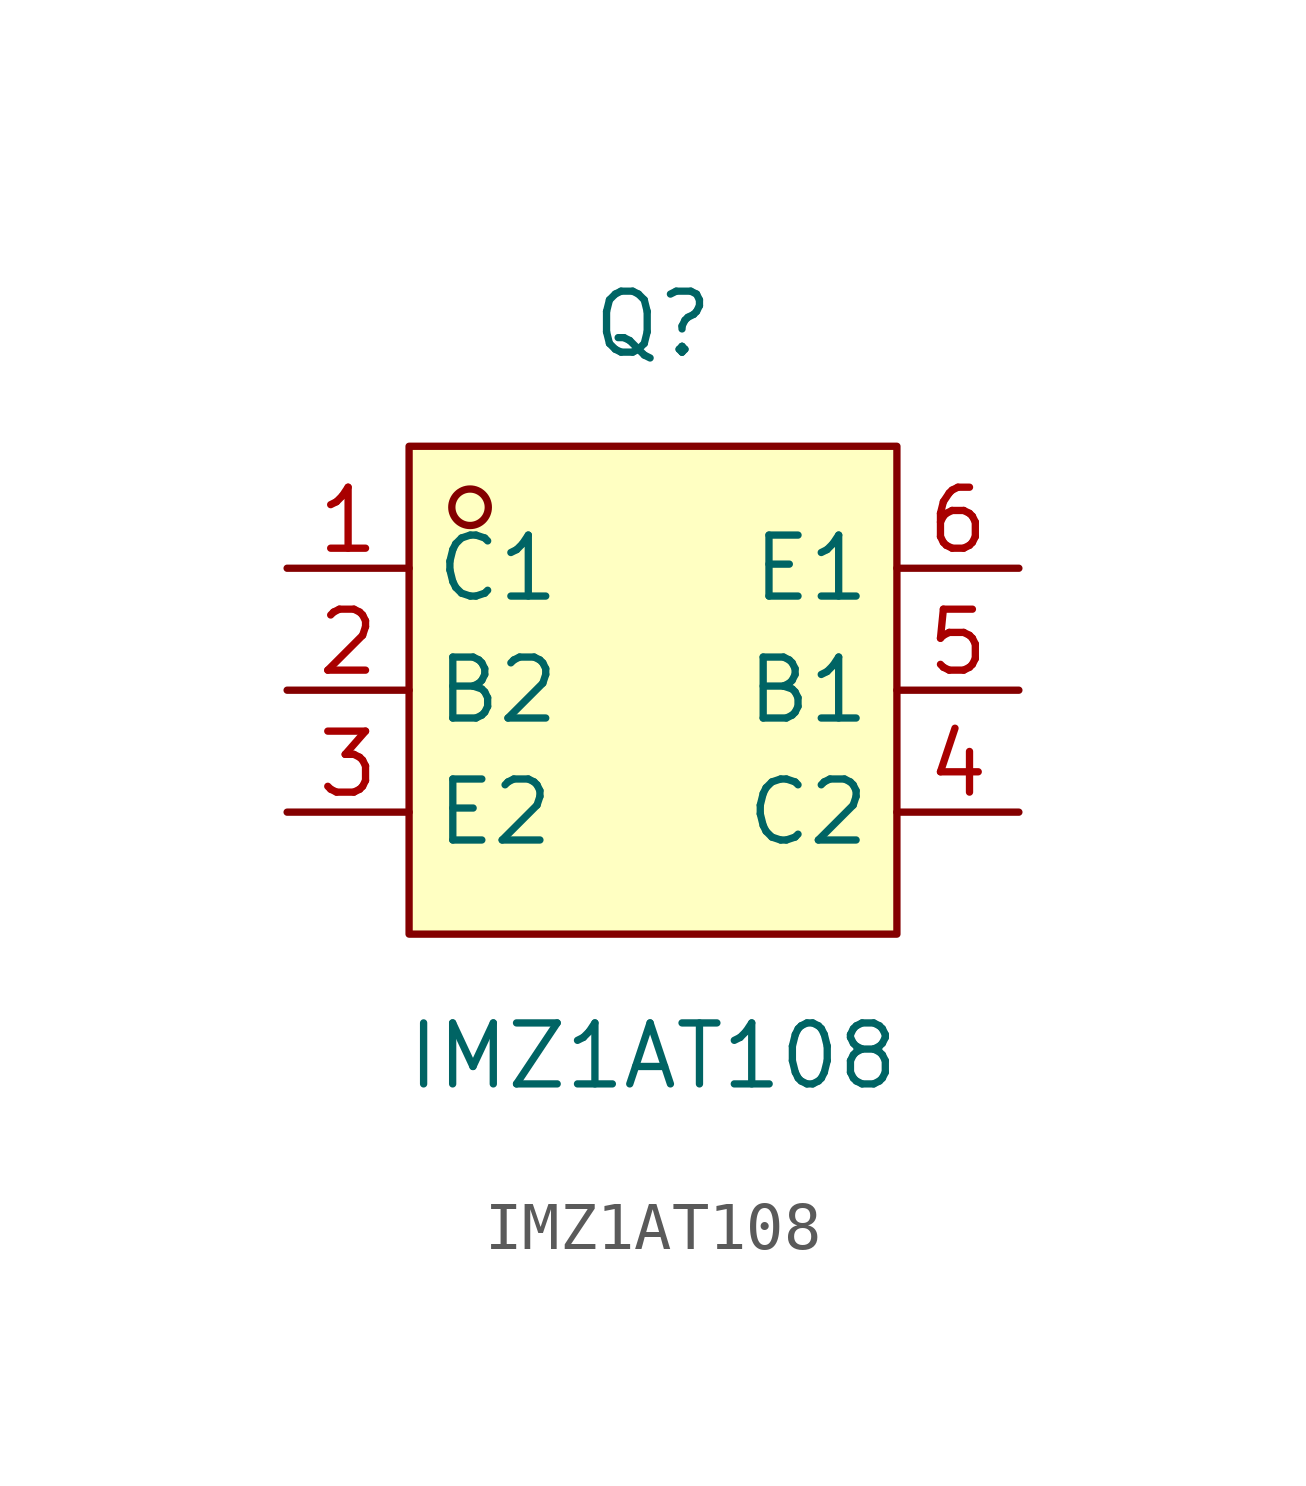
<source format=kicad_sym>
(kicad_symbol_lib
  (version 20211014)
  (generator https://github.com/uPesy/easyeda2kicad.py)
  (symbol "IMZ1AT108"
    (property "Reference" "Q"
      (at 0 7.62 0)
      (effects (font (size 1.27 1.27))))
    (property "Value" "IMZ1AT108"
      (at 0 -7.62 0)
      (effects (font (size 1.27 1.27))))
    (symbol "IMZ1AT108_0_1"
      (rectangle (start -5.08 5.08) (end 5.08 -5.08) (stroke (width 0) (type default) (color 0 0 0 0)) (fill (type background)))
      (circle (center -3.81 3.81) (radius 0.38) (stroke (width 0) (type default) (color 0 0 0 0)) (fill (type none)))
      (pin unspecified line (at -7.62 2.54 0) (length 2.54) (name "C1" (effects (font (size 1.27 1.27)))) (number "1" (effects (font (size 1.27 1.27)))))
      (pin unspecified line (at -7.62 -0.00 0) (length 2.54) (name "B2" (effects (font (size 1.27 1.27)))) (number "2" (effects (font (size 1.27 1.27)))))
      (pin unspecified line (at -7.62 -2.54 0) (length 2.54) (name "E2" (effects (font (size 1.27 1.27)))) (number "3" (effects (font (size 1.27 1.27)))))
      (pin unspecified line (at 7.62 -2.54 180) (length 2.54) (name "C2" (effects (font (size 1.27 1.27)))) (number "4" (effects (font (size 1.27 1.27)))))
      (pin unspecified line (at 7.62 -0.00 180) (length 2.54) (name "B1" (effects (font (size 1.27 1.27)))) (number "5" (effects (font (size 1.27 1.27)))))
      (pin unspecified line (at 7.62 2.54 180) (length 2.54) (name "E1" (effects (font (size 1.27 1.27)))) (number "6" (effects (font (size 1.27 1.27))))))))
</source>
